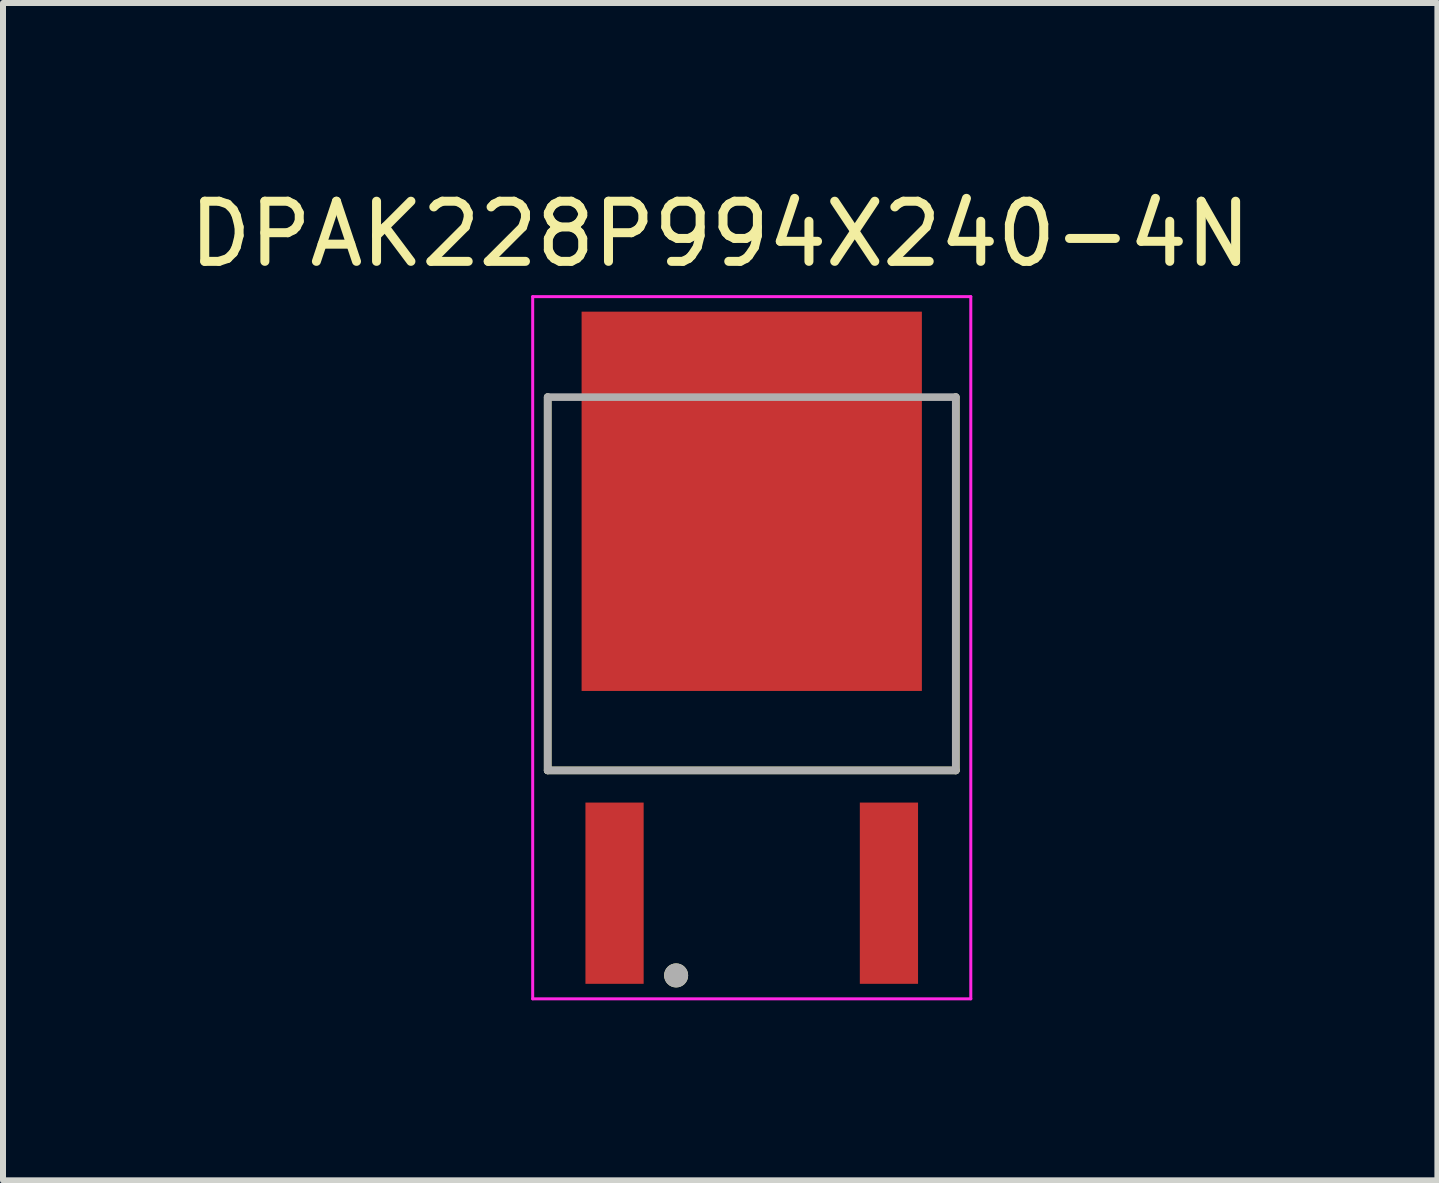
<source format=kicad_pcb>
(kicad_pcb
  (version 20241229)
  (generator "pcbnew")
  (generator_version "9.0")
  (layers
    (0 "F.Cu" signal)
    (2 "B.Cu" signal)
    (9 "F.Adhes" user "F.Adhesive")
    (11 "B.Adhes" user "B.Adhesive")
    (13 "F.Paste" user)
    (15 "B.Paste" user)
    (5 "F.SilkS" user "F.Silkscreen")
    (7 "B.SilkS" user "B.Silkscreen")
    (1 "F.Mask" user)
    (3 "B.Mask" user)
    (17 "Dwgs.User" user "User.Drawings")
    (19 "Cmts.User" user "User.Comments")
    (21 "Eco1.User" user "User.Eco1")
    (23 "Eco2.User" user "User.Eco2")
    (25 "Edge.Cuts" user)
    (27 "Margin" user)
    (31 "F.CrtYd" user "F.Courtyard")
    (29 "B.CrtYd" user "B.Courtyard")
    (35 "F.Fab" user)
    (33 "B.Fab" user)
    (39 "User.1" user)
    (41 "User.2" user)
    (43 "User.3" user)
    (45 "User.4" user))
  (footprint "DPAK228P994X240-4N"
    (layer "F.Cu")
    (at 9.476 7.743)
    (property "Reference" "DPAK228P994X240-4N" (at -0.526 -6.894 0) (layer "F.SilkS") (effects (font (size 1.002 1.002) (thickness 0.15))))
    (attr smd)
    (fp_line (start -3.4 -4.176) (end -3.4 2.044) (stroke (width 0.127) (type solid)) (layer "F.SilkS"))
    (fp_line (start 3.4 -4.176) (end 3.4 2.044) (stroke (width 0.127) (type solid)) (layer "F.SilkS"))
    (fp_line (start 3.4 2.044) (end -3.4 2.044) (stroke (width 0.127) (type solid)) (layer "F.SilkS"))
    (fp_circle (center -1.26 5.46) (end -1.16 5.46) (stroke (width 0.2) (type solid)) (fill no) (layer "F.SilkS"))
    (fp_poly (pts (xy -2.27 -5.23) (xy -0.55 -5.23) (xy -0.55 -3.87) (xy -2.27 -3.87)) (stroke (width 0.01) (type solid)) (fill yes) (layer "F.Paste"))
    (fp_poly (pts (xy -2.27 -3.12) (xy -0.55 -3.12) (xy -0.55 -1.76) (xy -2.27 -1.76)) (stroke (width 0.01) (type solid)) (fill yes) (layer "F.Paste"))
    (fp_poly (pts (xy -2.27 -1.01) (xy -0.55 -1.01) (xy -0.55 0.35) (xy -2.27 0.35)) (stroke (width 0.01) (type solid)) (fill yes) (layer "F.Paste"))
    (fp_poly (pts (xy 0.55 -5.23) (xy 2.27 -5.23) (xy 2.27 -3.87) (xy 0.55 -3.87)) (stroke (width 0.01) (type solid)) (fill yes) (layer "F.Paste"))
    (fp_poly (pts (xy 0.55 -3.12) (xy 2.27 -3.12) (xy 2.27 -1.76) (xy 0.55 -1.76)) (stroke (width 0.01) (type solid)) (fill yes) (layer "F.Paste"))
    (fp_poly (pts (xy 0.55 -1.01) (xy 2.27 -1.01) (xy 2.27 0.35) (xy 0.55 0.35)) (stroke (width 0.01) (type solid)) (fill yes) (layer "F.Paste"))
    (fp_line (start -3.65 -5.85) (end -3.65 5.85) (stroke (width 0.05) (type solid)) (layer "F.CrtYd"))
    (fp_line (start -3.65 5.85) (end 3.65 5.85) (stroke (width 0.05) (type solid)) (layer "F.CrtYd"))
    (fp_line (start 3.65 -5.85) (end -3.65 -5.85) (stroke (width 0.05) (type solid)) (layer "F.CrtYd"))
    (fp_line (start 3.65 5.85) (end 3.65 -5.85) (stroke (width 0.05) (type solid)) (layer "F.CrtYd"))
    (fp_line (start -3.4 -4.176) (end 3.4 -4.176) (stroke (width 0.127) (type solid)) (layer "F.Fab"))
    (fp_line (start -3.4 2.044) (end -3.4 -4.176) (stroke (width 0.127) (type solid)) (layer "F.Fab"))
    (fp_line (start 3.4 2.044) (end -3.4 2.044) (stroke (width 0.127) (type solid)) (layer "F.Fab"))
    (fp_line (start 3.4 2.044) (end 3.4 -4.176) (stroke (width 0.127) (type solid)) (layer "F.Fab"))
    (fp_circle (center -1.26 5.46) (end -1.16 5.46) (stroke (width 0.2) (type solid)) (fill no) (layer "F.Fab"))
    (pad "1" smd rect (at -2.286 4.09 270) (size 3.02 0.97) (layers "F.Cu" "F.Mask" "F.Paste"))
    (pad "3" smd rect (at 2.286 4.09 270) (size 3.02 0.97) (layers "F.Cu" "F.Mask" "F.Paste"))
    (pad "4" smd rect (at 0 -2.44 90) (size 6.32 5.67) (layers "F.Cu" "F.Mask")))
  (gr_rect
    (start -3 -3)
    (end 20.901 16.618)
    (stroke (width 0.1) (type default))
    (fill no)
    (layer "Edge.Cuts")))
</source>
